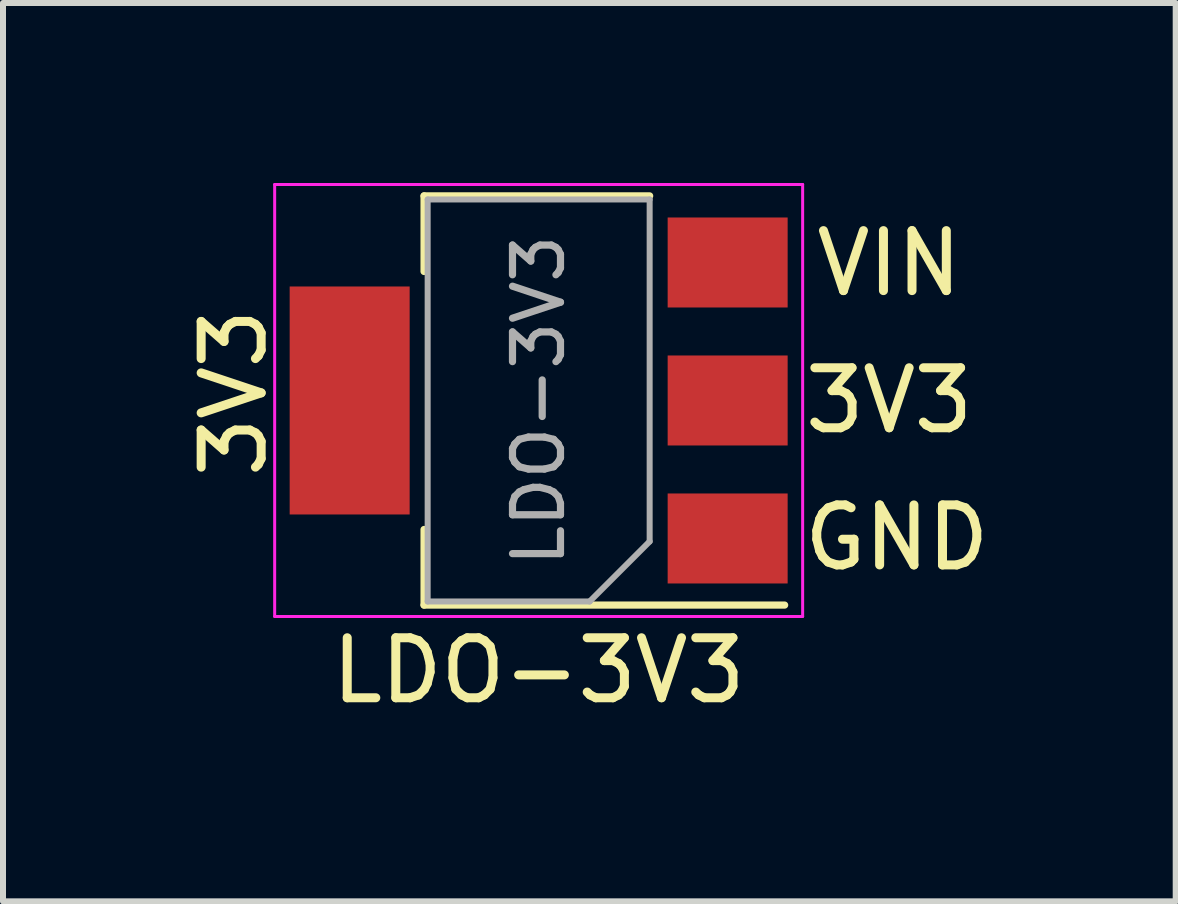
<source format=kicad_pcb>
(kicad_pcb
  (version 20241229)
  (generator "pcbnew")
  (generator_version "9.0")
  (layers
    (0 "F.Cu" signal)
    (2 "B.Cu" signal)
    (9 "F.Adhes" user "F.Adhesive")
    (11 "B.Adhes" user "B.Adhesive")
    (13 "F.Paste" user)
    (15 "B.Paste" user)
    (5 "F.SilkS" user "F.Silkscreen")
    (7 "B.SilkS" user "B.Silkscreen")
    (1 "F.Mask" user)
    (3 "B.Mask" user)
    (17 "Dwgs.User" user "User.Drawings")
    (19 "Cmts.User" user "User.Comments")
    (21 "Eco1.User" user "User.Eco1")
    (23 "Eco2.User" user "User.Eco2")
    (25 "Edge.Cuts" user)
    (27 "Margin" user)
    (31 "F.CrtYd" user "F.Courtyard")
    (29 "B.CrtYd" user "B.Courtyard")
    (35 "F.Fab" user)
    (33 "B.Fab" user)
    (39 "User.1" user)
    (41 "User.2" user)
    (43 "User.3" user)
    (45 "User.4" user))
  (footprint "LDO-3V3"
    (layer "F.Cu")
    (at 5.928 3.625)
    (property "Reference" "LDO-3V3" (at 0 4.5 180) (layer "F.SilkS") (effects (font (size 1 1) (thickness 0.15))))
    (attr smd)
    (fp_line (start -1.91 -3.41) (end -1.91 -2.15) (stroke (width 0.12) (type solid)) (layer "F.SilkS"))
    (fp_line (start -1.91 3.41) (end -1.91 2.15) (stroke (width 0.12) (type solid)) (layer "F.SilkS"))
    (fp_line (start 1.85 -3.41) (end -1.91 -3.41) (stroke (width 0.12) (type solid)) (layer "F.SilkS"))
    (fp_line (start 4.1 3.41) (end -1.91 3.41) (stroke (width 0.12) (type solid)) (layer "F.SilkS"))
    (fp_line (start -4.4 -3.6) (end -4.4 3.6) (stroke (width 0.05) (type solid)) (layer "F.CrtYd"))
    (fp_line (start -4.4 3.6) (end 4.4 3.6) (stroke (width 0.05) (type solid)) (layer "F.CrtYd"))
    (fp_line (start 4.4 -3.6) (end -4.4 -3.6) (stroke (width 0.05) (type solid)) (layer "F.CrtYd"))
    (fp_line (start 4.4 3.6) (end 4.4 -3.6) (stroke (width 0.05) (type solid)) (layer "F.CrtYd"))
    (fp_line (start -1.85 3.35) (end -1.85 -3.35) (stroke (width 0.1) (type solid)) (layer "F.Fab"))
    (fp_line (start 0.85 3.35) (end -1.85 3.35) (stroke (width 0.1) (type solid)) (layer "F.Fab"))
    (fp_line (start 1.85 -3.35) (end -1.85 -3.35) (stroke (width 0.1) (type solid)) (layer "F.Fab"))
    (fp_line (start 1.85 2.35) (end 0.85 3.35) (stroke (width 0.1) (type solid)) (layer "F.Fab"))
    (fp_line (start 1.85 2.35) (end 1.85 -3.35) (stroke (width 0.1) (type solid)) (layer "F.Fab"))
    (fp_text user "3V3" (at -5.08 -0.127 90) (layer "F.SilkS") (effects (font (size 1 1) (thickness 0.15))))
    (fp_text user "3V3" (at 5.842 0 0) (layer "F.SilkS") (effects (font (size 1 1) (thickness 0.15))))
    (fp_text user "VIN" (at 5.842 -2.286 0) (layer "F.SilkS") (effects (font (size 1 1) (thickness 0.15))))
    (fp_text user "GND" (at 5.969 2.286 0) (layer "F.SilkS") (effects (font (size 1 1) (thickness 0.15))))
    (fp_text user "${REFERENCE}" (at 0 0 270) (layer "F.Fab") (effects (font (size 0.8 0.8) (thickness 0.12))))
    (pad "1" smd rect (at 3.15 2.3 180) (size 2 1.5) (layers "F.Cu" "F.Mask" "F.Paste"))
    (pad "2" smd rect (at -3.15 0 180) (size 2 3.8) (layers "F.Cu" "F.Mask" "F.Paste"))
    (pad "2" smd rect (at 3.15 0 180) (size 2 1.5) (layers "F.Cu" "F.Mask" "F.Paste"))
    (pad "3" smd rect (at 3.15 -2.3 180) (size 2 1.5) (layers "F.Cu" "F.Mask" "F.Paste")))
  (gr_rect
    (start -3 -3)
    (end 16.546 11.973)
    (stroke (width 0.1) (type default))
    (fill no)
    (layer "Edge.Cuts")))
</source>
